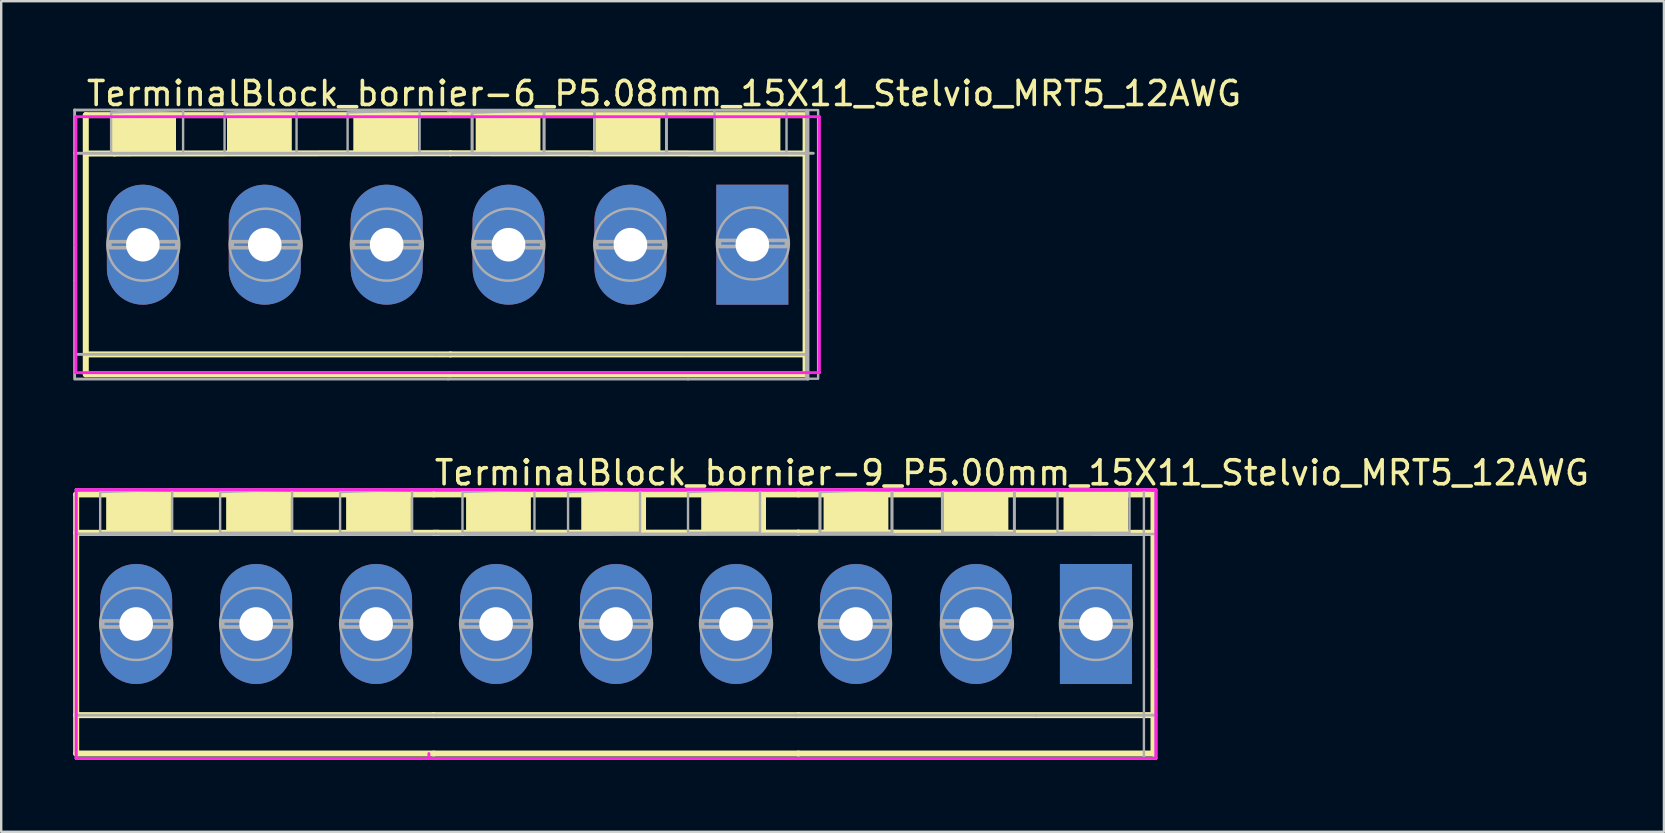
<source format=kicad_pcb>
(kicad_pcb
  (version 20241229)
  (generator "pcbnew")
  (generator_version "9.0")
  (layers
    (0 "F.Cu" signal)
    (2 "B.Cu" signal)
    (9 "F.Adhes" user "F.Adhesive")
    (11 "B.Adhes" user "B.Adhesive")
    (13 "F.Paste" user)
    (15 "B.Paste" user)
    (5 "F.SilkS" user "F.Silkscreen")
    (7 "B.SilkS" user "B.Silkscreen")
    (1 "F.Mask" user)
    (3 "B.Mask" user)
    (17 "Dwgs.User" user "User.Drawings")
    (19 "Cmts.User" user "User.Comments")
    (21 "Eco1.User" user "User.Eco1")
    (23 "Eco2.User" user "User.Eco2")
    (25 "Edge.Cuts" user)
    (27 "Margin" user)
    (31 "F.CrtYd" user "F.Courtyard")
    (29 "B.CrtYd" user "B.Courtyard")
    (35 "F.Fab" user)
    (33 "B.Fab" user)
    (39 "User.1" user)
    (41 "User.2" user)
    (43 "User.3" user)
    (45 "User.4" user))
  (footprint "TerminalBlock_bornier-6_P5.08mm_15X11_Stelvio_MRT5_12AWG"
    (layer "F.Cu")
    (at 15.605 7.148)
    (property "Reference" "TerminalBlock_bornier-6_P5.08mm_15X11_Stelvio_MRT5_12AWG" (at 9.02 -6.3 0) (layer "F.SilkS") (effects (font (size 1 1) (thickness 0.15))))
    (attr through_hole)
    (fp_line (start -15.08 -5.4) (end -15.08 5.4) (stroke (width 0.25) (type solid)) (layer "F.SilkS"))
    (fp_line (start -15.08 5.4) (end 0.12 5.4) (stroke (width 0.25) (type solid)) (layer "F.SilkS"))
    (fp_line (start -13.88 -5.4) (end -15.08 -5.4) (stroke (width 0.25) (type solid)) (layer "F.SilkS"))
    (fp_line (start -13.88 -3.8) (end -15.08 -3.8) (stroke (width 0.25) (type solid)) (layer "F.SilkS"))
    (fp_line (start 0.12 -5.4) (end -13.88 -5.4) (stroke (width 0.25) (type solid)) (layer "F.SilkS"))
    (fp_line (start 0.12 -5.4) (end 14.82 -5.4) (stroke (width 0.25) (type solid)) (layer "F.SilkS"))
    (fp_line (start 0.12 -3.81) (end -13.88 -3.8) (stroke (width 0.25) (type solid)) (layer "F.SilkS"))
    (fp_line (start 0.12 -3.81) (end 14.92 -3.8) (stroke (width 0.25) (type solid)) (layer "F.SilkS"))
    (fp_line (start 0.12 4.572) (end -15.08 4.572) (stroke (width 0.25) (type solid)) (layer "F.SilkS"))
    (fp_line (start 0.12 4.572) (end 14.82 4.572) (stroke (width 0.25) (type solid)) (layer "F.SilkS"))
    (fp_line (start 14.92 -5.4) (end 14.92 5.4) (stroke (width 0.25) (type solid)) (layer "F.SilkS"))
    (fp_line (start 14.92 5.4) (end 0.12 5.4) (stroke (width 0.25) (type solid)) (layer "F.SilkS"))
    (fp_poly (pts (xy -13.97 -3.81) (xy -13.97 -5.31) (xy -11.37 -5.31) (xy -11.37 -3.81)) (stroke (width 0.1) (type solid)) (fill yes) (layer "F.SilkS"))
    (fp_poly (pts (xy -9.144 -3.9) (xy -9.144 -5.4) (xy -6.544 -5.4) (xy -6.544 -3.9)) (stroke (width 0.1) (type solid)) (fill yes) (layer "F.SilkS"))
    (fp_poly (pts (xy -3.88 -3.9) (xy -3.88 -5.4) (xy -1.28 -5.4) (xy -1.28 -3.9)) (stroke (width 0.1) (type solid)) (fill yes) (layer "F.SilkS"))
    (fp_poly (pts (xy 1.22 -3.8) (xy 1.22 -5.3) (xy 3.82 -5.3) (xy 3.82 -3.8)) (stroke (width 0.1) (type solid)) (fill yes) (layer "F.SilkS"))
    (fp_poly (pts (xy 6.22 -3.9) (xy 6.22 -5.4) (xy 8.82 -5.4) (xy 8.82 -3.9)) (stroke (width 0.1) (type solid)) (fill yes) (layer "F.SilkS"))
    (fp_poly (pts (xy 11.22 -3.81) (xy 11.22 -5.31) (xy 13.82 -5.31) (xy 13.82 -3.81)) (stroke (width 0.1) (type solid)) (fill yes) (layer "F.SilkS"))
    (fp_line (start -15.494 -5.334) (end 15.494 -5.334) (stroke (width 0.12) (type solid)) (layer "F.CrtYd"))
    (fp_line (start -15.494 0) (end -15.494 -5.334) (stroke (width 0.12) (type solid)) (layer "F.CrtYd"))
    (fp_line (start -15.494 5.334) (end -15.494 0) (stroke (width 0.12) (type solid)) (layer "F.CrtYd"))
    (fp_line (start 15.494 -5.334) (end 15.494 2.032) (stroke (width 0.12) (type solid)) (layer "F.CrtYd"))
    (fp_line (start 15.494 2.032) (end 15.494 5.334) (stroke (width 0.12) (type solid)) (layer "F.CrtYd"))
    (fp_line (start 15.494 5.334) (end -15.494 5.334) (stroke (width 0.12) (type solid)) (layer "F.CrtYd"))
    (fp_line (start -15.545 -5.613) (end -15.545 1.473) (stroke (width 0.12) (type solid)) (layer "F.Fab"))
    (fp_line (start -15.545 -5.613) (end 0 -5.613) (stroke (width 0.12) (type solid)) (layer "F.Fab"))
    (fp_line (start -15.545 -3.81) (end -0.025 -3.81) (stroke (width 0.12) (type solid)) (layer "F.Fab"))
    (fp_line (start -15.545 5.6) (end -15.545 1.5) (stroke (width 0.12) (type solid)) (layer "F.Fab"))
    (fp_line (start -0.494 4.572) (end -15.494 4.572) (stroke (width 0.12) (type solid)) (layer "F.Fab"))
    (fp_line (start -0.494 4.572) (end 0.051 4.572) (stroke (width 0.12) (type solid)) (layer "F.Fab"))
    (fp_line (start -0.025 -3.81) (end 15.24 -3.81) (stroke (width 0.12) (type solid)) (layer "F.Fab"))
    (fp_line (start 0.02 -5.6) (end 9.92 -5.6) (stroke (width 0.12) (type solid)) (layer "F.Fab"))
    (fp_line (start 0.02 -5.6) (end 10.02 -5.6) (stroke (width 0.12) (type solid)) (layer "F.Fab"))
    (fp_line (start 0.02 5.6) (end -15.494 5.6) (stroke (width 0.12) (type solid)) (layer "F.Fab"))
    (fp_line (start 1.02 -3.8) (end 1.02 -5.6) (stroke (width 0.12) (type solid)) (layer "F.Fab"))
    (fp_line (start 4.02 -3.8) (end 4.02 -5.5) (stroke (width 0.12) (type solid)) (layer "F.Fab"))
    (fp_line (start 6.12 -3.8) (end 6.12 -5.6) (stroke (width 0.12) (type solid)) (layer "F.Fab"))
    (fp_line (start 9.12 -3.8) (end 9.12 -5.5) (stroke (width 0.12) (type solid)) (layer "F.Fab"))
    (fp_line (start 10.01 4.572) (end 0 4.572) (stroke (width 0.12) (type solid)) (layer "F.Fab"))
    (fp_line (start 10.01 4.572) (end 15.01 4.572) (stroke (width 0.12) (type solid)) (layer "F.Fab"))
    (fp_line (start 10.02 -5.6) (end 15.02 -5.6) (stroke (width 0.12) (type solid)) (layer "F.Fab"))
    (fp_line (start 10.02 5.6) (end 0.02 5.6) (stroke (width 0.12) (type solid)) (layer "F.Fab"))
    (fp_line (start 10.02 5.6) (end 15.02 5.6) (stroke (width 0.12) (type solid)) (layer "F.Fab"))
    (fp_line (start 15.02 -5.6) (end 15.02 1.9) (stroke (width 0.12) (type solid)) (layer "F.Fab"))
    (fp_line (start 15.02 5.6) (end 15.02 1.9) (stroke (width 0.12) (type solid)) (layer "F.Fab"))
    (fp_circle (center -12.683 0) (end -11.183 0) (stroke (width 0.102) (type solid)) (fill no) (layer "F.Fab"))
    (fp_circle (center -7.582 0) (end -6.082 0) (stroke (width 0.102) (type solid)) (fill no) (layer "F.Fab"))
    (fp_circle (center -2.531 0) (end -1.031 0) (stroke (width 0.102) (type solid)) (fill no) (layer "F.Fab"))
    (fp_circle (center 2.531 0) (end 4.031 0) (stroke (width 0.102) (type solid)) (fill no) (layer "F.Fab"))
    (fp_circle (center 7.611 0) (end 9.111 0) (stroke (width 0.102) (type solid)) (fill no) (layer "F.Fab"))
    (fp_circle (center 12.723 -0.051) (end 14.223 -0.051) (stroke (width 0.102) (type solid)) (fill no) (layer "F.Fab"))
    (fp_poly (pts (xy -14.077 0.127) (xy -14.077 -0.127) (xy -11.283 -0.127) (xy -11.283 0.127)) (stroke (width 0.15) (type solid)) (fill no) (layer "F.Fab"))
    (fp_poly (pts (xy -14.024 -3.81) (xy -14.024 -5.51) (xy -11.024 -5.61) (xy -11.024 -3.81)) (stroke (width 0.1) (type solid)) (fill no) (layer "F.Fab"))
    (fp_poly (pts (xy -9.296 -3.81) (xy -9.296 -5.51) (xy -6.296 -5.61) (xy -6.296 -3.81)) (stroke (width 0.1) (type solid)) (fill no) (layer "F.Fab"))
    (fp_poly (pts (xy -8.976 0.127) (xy -8.976 -0.127) (xy -6.182 -0.127) (xy -6.182 0.127)) (stroke (width 0.15) (type solid)) (fill no) (layer "F.Fab"))
    (fp_poly (pts (xy -4.168 -3.81) (xy -4.168 -5.51) (xy -1.168 -5.61) (xy -1.168 -3.81)) (stroke (width 0.1) (type solid)) (fill no) (layer "F.Fab"))
    (fp_poly (pts (xy -3.925 0.127) (xy -3.925 -0.127) (xy -1.131 -0.127) (xy -1.131 0.127)) (stroke (width 0.15) (type solid)) (fill no) (layer "F.Fab"))
    (fp_poly (pts (xy 1.02 -3.8) (xy 1.02 -5.5) (xy 4.02 -5.6) (xy 4.02 -3.8)) (stroke (width 0.1) (type solid)) (fill no) (layer "F.Fab"))
    (fp_poly (pts (xy 1.134 0.127) (xy 1.134 -0.127) (xy 3.928 -0.127) (xy 3.928 0.127)) (stroke (width 0.15) (type solid)) (fill no) (layer "F.Fab"))
    (fp_poly (pts (xy 6.12 -3.81) (xy 6.12 -5.61) (xy 9.12 -5.61) (xy 9.12 -3.81)) (stroke (width 0.1) (type solid)) (fill no) (layer "F.Fab"))
    (fp_poly (pts (xy 6.214 0.127) (xy 6.214 -0.127) (xy 9.008 -0.127) (xy 9.008 0.127)) (stroke (width 0.15) (type solid)) (fill no) (layer "F.Fab"))
    (fp_poly (pts (xy 11.125 -3.81) (xy 11.125 -5.61) (xy 14.125 -5.61) (xy 14.125 -3.81)) (stroke (width 0.1) (type solid)) (fill no) (layer "F.Fab"))
    (fp_poly (pts (xy 11.329 0.076) (xy 11.329 -0.178) (xy 14.123 -0.178) (xy 14.123 0.076)) (stroke (width 0.15) (type solid)) (fill no) (layer "F.Fab"))
    (fp_poly (pts (xy 15.443 5.588) (xy 14.943 5.588) (xy 14.943 -5.612) (xy 15.443 -5.612)) (stroke (width 0.1) (type solid)) (fill no) (layer "F.Fab"))
    (pad "1" thru_hole rect (at 12.7 0) (size 3 5) (drill 1.4) (layers "*.Cu" "*.Mask"))
    (pad "2" thru_hole oval (at 7.62 0) (size 3 5) (drill 1.4) (layers "*.Cu" "*.Mask"))
    (pad "3" thru_hole oval (at 2.54 0) (size 3 5) (drill 1.4) (layers "*.Cu" "*.Mask"))
    (pad "4" thru_hole oval (at -2.54 0) (size 3 5) (drill 1.4) (layers "*.Cu" "*.Mask"))
    (pad "5" thru_hole oval (at -7.62 0) (size 3 5) (drill 1.4) (layers "*.Cu" "*.Mask"))
    (pad "6" thru_hole oval (at -12.7 0) (size 3 5) (drill 1.4) (layers "*.Cu" "*.Mask")))
  (footprint "TerminalBlock_bornier-9_P5.00mm_15X11_Stelvio_MRT5_12AWG"
    (layer "F.Cu")
    (at 37.625 22.956)
    (property "Reference" "TerminalBlock_bornier-9_P5.00mm_15X11_Stelvio_MRT5_12AWG" (at 1.5 -6.3 0) (layer "F.SilkS") (effects (font (size 1 1) (thickness 0.15))))
    (attr through_hole)
    (fp_line (start -37.5 -5.4) (end -37.5 5.4) (stroke (width 0.25) (type solid)) (layer "F.SilkS"))
    (fp_line (start -37.5 5.4) (end -22.6 5.4) (stroke (width 0.25) (type solid)) (layer "F.SilkS"))
    (fp_line (start -22.6 -5.4) (end -37.5 -5.4) (stroke (width 0.25) (type solid)) (layer "F.SilkS"))
    (fp_line (start -22.6 3.8) (end -37.5 3.8) (stroke (width 0.25) (type solid)) (layer "F.SilkS"))
    (fp_line (start -22.6 5.4) (end -7.4 5.4) (stroke (width 0.25) (type solid)) (layer "F.SilkS"))
    (fp_line (start -22.4 -3.8) (end -37.5 -3.8) (stroke (width 0.25) (type solid)) (layer "F.SilkS"))
    (fp_line (start -21.4 -5.4) (end -22.6 -5.4) (stroke (width 0.25) (type solid)) (layer "F.SilkS"))
    (fp_line (start -21.4 -3.8) (end -22.6 -3.8) (stroke (width 0.25) (type solid)) (layer "F.SilkS"))
    (fp_line (start -7.4 -5.4) (end -21.4 -5.4) (stroke (width 0.25) (type solid)) (layer "F.SilkS"))
    (fp_line (start -7.4 -5.4) (end 7.3 -5.4) (stroke (width 0.25) (type solid)) (layer "F.SilkS"))
    (fp_line (start -7.4 -3.81) (end -21.4 -3.8) (stroke (width 0.25) (type solid)) (layer "F.SilkS"))
    (fp_line (start -7.4 -3.81) (end 7.4 -3.8) (stroke (width 0.25) (type solid)) (layer "F.SilkS"))
    (fp_line (start -7.4 3.8) (end -22.6 3.8) (stroke (width 0.25) (type solid)) (layer "F.SilkS"))
    (fp_line (start -7.4 3.8) (end 7.3 3.8) (stroke (width 0.25) (type solid)) (layer "F.SilkS"))
    (fp_line (start 7.4 -5.4) (end 7.4 5.4) (stroke (width 0.25) (type solid)) (layer "F.SilkS"))
    (fp_line (start 7.4 5.4) (end -7.4 5.4) (stroke (width 0.25) (type solid)) (layer "F.SilkS"))
    (fp_poly (pts (xy -36.2 -3.9) (xy -36.2 -5.4) (xy -33.6 -5.4) (xy -33.6 -3.9)) (stroke (width 0.1) (type solid)) (fill yes) (layer "F.SilkS"))
    (fp_poly (pts (xy -31.2 -3.8) (xy -31.2 -5.3) (xy -28.6 -5.3) (xy -28.6 -3.8)) (stroke (width 0.1) (type solid)) (fill yes) (layer "F.SilkS"))
    (fp_poly (pts (xy -26.2 -3.8) (xy -26.2 -5.3) (xy -23.6 -5.3) (xy -23.6 -3.8)) (stroke (width 0.1) (type solid)) (fill yes) (layer "F.SilkS"))
    (fp_poly (pts (xy -21.2 -3.9) (xy -21.2 -5.4) (xy -18.6 -5.4) (xy -18.6 -3.9)) (stroke (width 0.1) (type solid)) (fill yes) (layer "F.SilkS"))
    (fp_poly (pts (xy -16.4 -3.9) (xy -16.4 -5.4) (xy -13.8 -5.4) (xy -13.8 -3.9)) (stroke (width 0.1) (type solid)) (fill yes) (layer "F.SilkS"))
    (fp_poly (pts (xy -11.4 -3.9) (xy -11.4 -5.4) (xy -8.8 -5.4) (xy -8.8 -3.9)) (stroke (width 0.1) (type solid)) (fill yes) (layer "F.SilkS"))
    (fp_poly (pts (xy -6.3 -3.8) (xy -6.3 -5.3) (xy -3.7 -5.3) (xy -3.7 -3.8)) (stroke (width 0.1) (type solid)) (fill yes) (layer "F.SilkS"))
    (fp_poly (pts (xy -1.3 -3.9) (xy -1.3 -5.4) (xy 1.3 -5.4) (xy 1.3 -3.9)) (stroke (width 0.1) (type solid)) (fill yes) (layer "F.SilkS"))
    (fp_poly (pts (xy 3.7 -3.9) (xy 3.7 -5.4) (xy 6.3 -5.4) (xy 6.3 -3.9)) (stroke (width 0.1) (type solid)) (fill yes) (layer "F.SilkS"))
    (fp_line (start -37.5 -5.6) (end -22.8 -5.6) (stroke (width 0.12) (type solid)) (layer "F.CrtYd"))
    (fp_line (start -37.5 5.6) (end -37.5 -5.6) (stroke (width 0.12) (type solid)) (layer "F.CrtYd"))
    (fp_line (start -22.8 5.4) (end -22.8 5.6) (stroke (width 0.12) (type solid)) (layer "F.CrtYd"))
    (fp_line (start -22.8 5.6) (end -37.5 5.6) (stroke (width 0.12) (type solid)) (layer "F.CrtYd"))
    (fp_line (start -22.8 5.6) (end -7.5 5.6) (stroke (width 0.12) (type solid)) (layer "F.CrtYd"))
    (fp_line (start -7.5 -5.6) (end -22.8 -5.6) (stroke (width 0.12) (type solid)) (layer "F.CrtYd"))
    (fp_line (start -7.5 -5.6) (end 7.5 -5.6) (stroke (width 0.12) (type solid)) (layer "F.CrtYd"))
    (fp_line (start 7.5 -5.6) (end 7.5 5.6) (stroke (width 0.12) (type solid)) (layer "F.CrtYd"))
    (fp_line (start 7.5 5.6) (end -7.5 5.6) (stroke (width 0.12) (type solid)) (layer "F.CrtYd"))
    (fp_line (start -37.5 -5.6) (end -37.5 5.6) (stroke (width 0.12) (type solid)) (layer "F.Fab"))
    (fp_line (start -37.5 5.6) (end -22.5 5.6) (stroke (width 0.12) (type solid)) (layer "F.Fab"))
    (fp_line (start -22.5 -5.6) (end -37.5 -5.6) (stroke (width 0.12) (type solid)) (layer "F.Fab"))
    (fp_line (start -22.5 -3.75) (end -37.49 -3.75) (stroke (width 0.12) (type solid)) (layer "F.Fab"))
    (fp_line (start -22.5 3.8) (end -37.5 3.8) (stroke (width 0.12) (type solid)) (layer "F.Fab"))
    (fp_line (start -7.51 -3.75) (end -22.5 -3.75) (stroke (width 0.12) (type solid)) (layer "F.Fab"))
    (fp_line (start -7.51 -3.75) (end 7.5 -3.75) (stroke (width 0.1) (type solid)) (layer "F.Fab"))
    (fp_line (start -7.5 -5.6) (end -22.5 -5.6) (stroke (width 0.12) (type solid)) (layer "F.Fab"))
    (fp_line (start -7.5 -5.6) (end 2.4 -5.6) (stroke (width 0.12) (type solid)) (layer "F.Fab"))
    (fp_line (start -7.5 -5.6) (end 2.5 -5.6) (stroke (width 0.12) (type solid)) (layer "F.Fab"))
    (fp_line (start -7.5 3.8) (end -22.5 3.8) (stroke (width 0.12) (type solid)) (layer "F.Fab"))
    (fp_line (start -7.5 5.6) (end -22.5 5.6) (stroke (width 0.12) (type solid)) (layer "F.Fab"))
    (fp_line (start -6.5 -3.8) (end -6.5 -5.6) (stroke (width 0.12) (type solid)) (layer "F.Fab"))
    (fp_line (start -3.5 -3.8) (end -3.5 -5.5) (stroke (width 0.12) (type solid)) (layer "F.Fab"))
    (fp_line (start -1.4 -3.8) (end -1.4 -5.6) (stroke (width 0.12) (type solid)) (layer "F.Fab"))
    (fp_line (start 1.6 -3.8) (end 1.6 -5.5) (stroke (width 0.12) (type solid)) (layer "F.Fab"))
    (fp_line (start 2.5 -5.6) (end 7.5 -5.6) (stroke (width 0.12) (type solid)) (layer "F.Fab"))
    (fp_line (start 2.5 3.8) (end -7.51 3.8) (stroke (width 0.12) (type solid)) (layer "F.Fab"))
    (fp_line (start 2.5 3.8) (end 7.5 3.8) (stroke (width 0.12) (type solid)) (layer "F.Fab"))
    (fp_line (start 2.5 5.6) (end -7.5 5.6) (stroke (width 0.12) (type solid)) (layer "F.Fab"))
    (fp_line (start 2.5 5.6) (end 7.5 5.6) (stroke (width 0.12) (type solid)) (layer "F.Fab"))
    (fp_line (start 7.5 -5.6) (end 7.5 1.9) (stroke (width 0.12) (type solid)) (layer "F.Fab"))
    (fp_line (start 7.5 5.6) (end 7.5 1.9) (stroke (width 0.12) (type solid)) (layer "F.Fab"))
    (fp_circle (center -35 0) (end -33.5 0) (stroke (width 0.102) (type solid)) (fill no) (layer "F.Fab"))
    (fp_circle (center -30 0) (end -28.5 0) (stroke (width 0.102) (type solid)) (fill no) (layer "F.Fab"))
    (fp_circle (center -25 0) (end -23.5 0) (stroke (width 0.102) (type solid)) (fill no) (layer "F.Fab"))
    (fp_circle (center -20 0) (end -18.5 0) (stroke (width 0.102) (type solid)) (fill no) (layer "F.Fab"))
    (fp_circle (center -15 0) (end -13.5 0) (stroke (width 0.102) (type solid)) (fill no) (layer "F.Fab"))
    (fp_circle (center -10 0) (end -8.5 0) (stroke (width 0.102) (type solid)) (fill no) (layer "F.Fab"))
    (fp_circle (center -5.04 0) (end -3.54 0) (stroke (width 0.102) (type solid)) (fill no) (layer "F.Fab"))
    (fp_circle (center 0.04 0) (end 1.54 0) (stroke (width 0.102) (type solid)) (fill no) (layer "F.Fab"))
    (fp_circle (center 5 0) (end 6.5 0) (stroke (width 0.102) (type solid)) (fill no) (layer "F.Fab"))
    (fp_poly (pts (xy -36.5 -3.8) (xy -36.5 -5.5) (xy -33.5 -5.6) (xy -33.5 -3.8)) (stroke (width 0.1) (type solid)) (fill no) (layer "F.Fab"))
    (fp_poly (pts (xy -36.394 0.127) (xy -36.394 -0.127) (xy -33.6 -0.127) (xy -33.6 0.127)) (stroke (width 0.15) (type solid)) (fill no) (layer "F.Fab"))
    (fp_poly (pts (xy -31.5 -3.8) (xy -31.5 -5.5) (xy -28.5 -5.6) (xy -28.5 -3.8)) (stroke (width 0.1) (type solid)) (fill no) (layer "F.Fab"))
    (fp_poly (pts (xy -31.394 0.127) (xy -31.394 -0.127) (xy -28.6 -0.127) (xy -28.6 0.127)) (stroke (width 0.15) (type solid)) (fill no) (layer "F.Fab"))
    (fp_poly (pts (xy -26.5 -3.8) (xy -26.5 -5.5) (xy -23.5 -5.6) (xy -23.5 -3.8)) (stroke (width 0.1) (type solid)) (fill no) (layer "F.Fab"))
    (fp_poly (pts (xy -26.394 0.127) (xy -26.394 -0.127) (xy -23.6 -0.127) (xy -23.6 0.127)) (stroke (width 0.15) (type solid)) (fill no) (layer "F.Fab"))
    (fp_poly (pts (xy -21.4 -3.8) (xy -21.4 -5.5) (xy -18.4 -5.6) (xy -18.4 -3.8)) (stroke (width 0.1) (type solid)) (fill no) (layer "F.Fab"))
    (fp_poly (pts (xy -21.394 0.127) (xy -21.394 -0.127) (xy -18.6 -0.127) (xy -18.6 0.127)) (stroke (width 0.15) (type solid)) (fill no) (layer "F.Fab"))
    (fp_poly (pts (xy -17 -3.8) (xy -17 -5.5) (xy -14 -5.6) (xy -14 -3.8)) (stroke (width 0.1) (type solid)) (fill no) (layer "F.Fab"))
    (fp_poly (pts (xy -16.394 0.127) (xy -16.394 -0.127) (xy -13.6 -0.127) (xy -13.6 0.127)) (stroke (width 0.15) (type solid)) (fill no) (layer "F.Fab"))
    (fp_poly (pts (xy -12 -3.8) (xy -12 -5.5) (xy -9 -5.6) (xy -9 -3.8)) (stroke (width 0.1) (type solid)) (fill no) (layer "F.Fab"))
    (fp_poly (pts (xy -11.394 0.127) (xy -11.394 -0.127) (xy -8.6 -0.127) (xy -8.6 0.127)) (stroke (width 0.15) (type solid)) (fill no) (layer "F.Fab"))
    (fp_poly (pts (xy -6.5 -3.8) (xy -6.5 -5.5) (xy -3.5 -5.6) (xy -3.5 -3.8)) (stroke (width 0.1) (type solid)) (fill no) (layer "F.Fab"))
    (fp_poly (pts (xy -6.437 0.127) (xy -6.437 -0.127) (xy -3.643 -0.127) (xy -3.643 0.127)) (stroke (width 0.15) (type solid)) (fill no) (layer "F.Fab"))
    (fp_poly (pts (xy -1.4 -3.8) (xy -1.4 -5.6) (xy 1.6 -5.6) (xy 1.6 -3.8)) (stroke (width 0.1) (type solid)) (fill no) (layer "F.Fab"))
    (fp_poly (pts (xy -1.357 0.127) (xy -1.357 -0.127) (xy 1.437 -0.127) (xy 1.437 0.127)) (stroke (width 0.15) (type solid)) (fill no) (layer "F.Fab"))
    (fp_poly (pts (xy 3.4 -3.8) (xy 3.4 -5.6) (xy 6.4 -5.6) (xy 6.4 -3.8)) (stroke (width 0.1) (type solid)) (fill no) (layer "F.Fab"))
    (fp_poly (pts (xy 3.606 0.127) (xy 3.606 -0.127) (xy 6.4 -0.127) (xy 6.4 0.127)) (stroke (width 0.15) (type solid)) (fill no) (layer "F.Fab"))
    (fp_poly (pts (xy 7.5 5.6) (xy 7 5.6) (xy 7 -5.6) (xy 7.5 -5.6)) (stroke (width 0.1) (type solid)) (fill no) (layer "F.Fab"))
    (pad "1" thru_hole rect (at 5 0) (size 3 5) (drill 1.4) (layers "*.Cu" "*.Mask"))
    (pad "2" thru_hole oval (at 0 0) (size 3 5) (drill 1.4) (layers "*.Cu" "*.Mask"))
    (pad "3" thru_hole oval (at -5 0) (size 3 5) (drill 1.4) (layers "*.Cu" "*.Mask"))
    (pad "4" thru_hole oval (at -10 0) (size 3 5) (drill 1.4) (layers "*.Cu" "*.Mask"))
    (pad "5" thru_hole oval (at -15 0) (size 3 5) (drill 1.4) (layers "*.Cu" "*.Mask"))
    (pad "6" thru_hole oval (at -20 0) (size 3 5) (drill 1.4) (layers "*.Cu" "*.Mask"))
    (pad "7" thru_hole oval (at -25 0) (size 3 5) (drill 1.4) (layers "*.Cu" "*.Mask"))
    (pad "8" thru_hole oval (at -30 0) (size 3 5) (drill 1.4) (layers "*.Cu" "*.Mask"))
    (pad "9" thru_hole oval (at -35 0) (size 3 5) (drill 1.4) (layers "*.Cu" "*.Mask")))
  (gr_rect
    (start -3 -3)
    (end 66.298 31.616)
    (stroke (width 0.1) (type default))
    (fill no)
    (layer "Edge.Cuts")))
</source>
